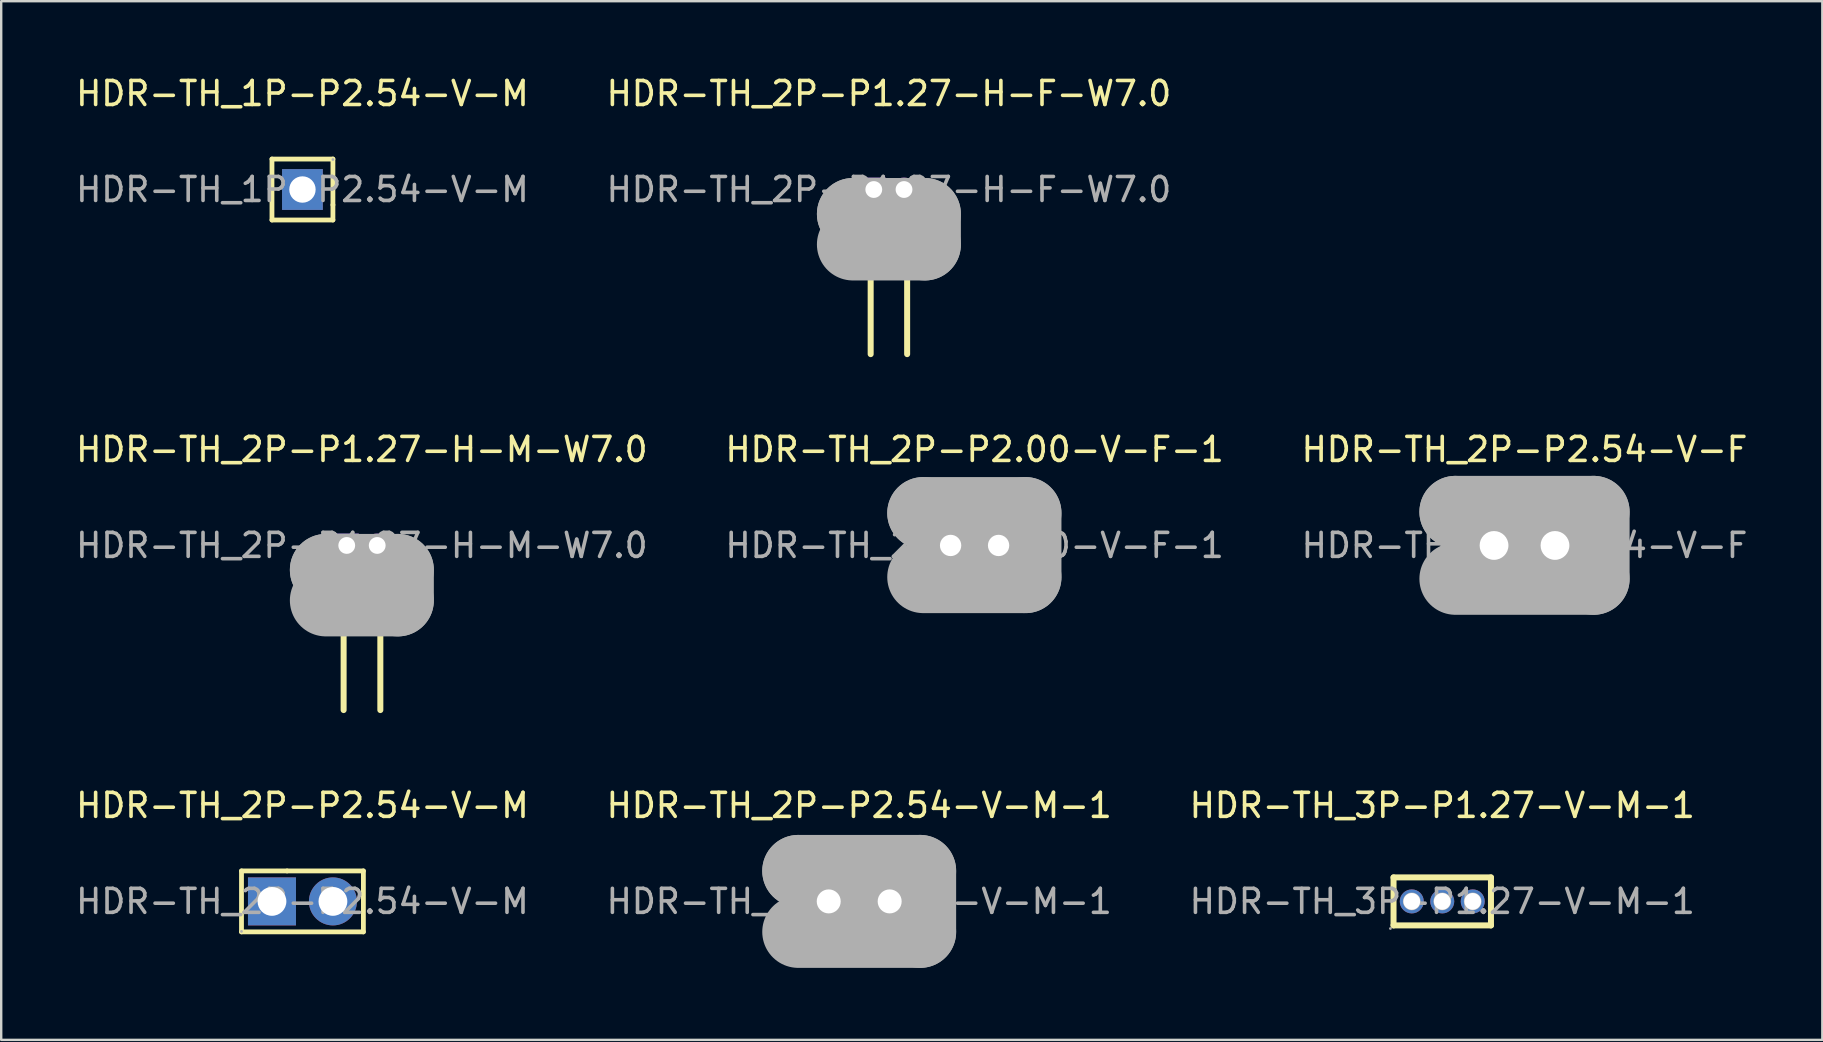
<source format=kicad_pcb>
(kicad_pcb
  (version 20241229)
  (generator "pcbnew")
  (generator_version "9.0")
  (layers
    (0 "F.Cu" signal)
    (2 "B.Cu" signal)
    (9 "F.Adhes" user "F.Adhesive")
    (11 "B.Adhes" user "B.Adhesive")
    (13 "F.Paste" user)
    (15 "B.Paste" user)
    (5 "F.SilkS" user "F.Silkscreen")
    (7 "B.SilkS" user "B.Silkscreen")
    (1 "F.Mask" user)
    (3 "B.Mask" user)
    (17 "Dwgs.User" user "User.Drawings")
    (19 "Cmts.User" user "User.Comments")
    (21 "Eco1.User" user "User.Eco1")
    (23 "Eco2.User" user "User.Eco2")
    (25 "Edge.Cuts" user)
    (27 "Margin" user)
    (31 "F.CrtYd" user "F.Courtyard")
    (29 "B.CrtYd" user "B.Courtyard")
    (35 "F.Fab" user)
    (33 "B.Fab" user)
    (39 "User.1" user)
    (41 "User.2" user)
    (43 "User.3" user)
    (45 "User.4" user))
  (footprint "HDR-TH_2P-P1.27-H-M-W7.0"
    (layer "F.Cu")
    (at 12.03 19.681)
    (property "Reference" "HDR-TH_2P-P1.27-H-M-W7.0" (at 0 -4 0) (layer "F.SilkS") (effects (font (size 1 1) (thickness 0.15))))
    (attr through_hole)
    (fp_line (start -0.76 2.29) (end -0.76 6.86) (stroke (width 0.25) (type solid)) (layer "F.SilkS"))
    (fp_line (start 0.77 2.29) (end 0.77 6.86) (stroke (width 0.25) (type solid)) (layer "F.SilkS"))
    (fp_line (start -1.5 1.02) (end -1.5 1.02) (stroke (width 3) (type solid)) (layer "F.Fab"))
    (fp_line (start -1.5 1.02) (end 1.5 1.02) (stroke (width 3) (type solid)) (layer "F.Fab"))
    (fp_line (start 1.5 1.02) (end 1.5 2.29) (stroke (width 3) (type solid)) (layer "F.Fab"))
    (fp_line (start 1.5 2.29) (end -1.5 2.29) (stroke (width 3) (type solid)) (layer "F.Fab"))
    (fp_circle (center -1.27 -0.25) (end -1.24 -0.25) (stroke (width 0.06) (type solid)) (fill no) (layer "F.Fab"))
    (fp_circle (center -0.63 0) (end -0.53 0) (stroke (width 0.2) (type solid)) (fill no) (layer "F.Fab"))
    (fp_circle (center 0.64 0) (end 0.74 0) (stroke (width 0.2) (type solid)) (fill no) (layer "F.Fab"))
    (fp_text user "${REFERENCE}" (at 0 0 0) (layer "F.Fab") (effects (font (size 1 1) (thickness 0.15))))
    (pad "1" thru_hole rect (at -0.63 0) (size 1 1) (drill 0.7) (layers "*.Cu" "*.Paste" "*.Mask"))
    (pad "2" thru_hole circle (at 0.64 0) (size 1 1) (drill 0.7) (layers "*.Cu" "*.Paste" "*.Mask")))
  (footprint "HDR-TH_2P-P2.54-V-M-1"
    (layer "F.Cu")
    (at 32.756 34.515)
    (property "Reference" "HDR-TH_2P-P2.54-V-M-1" (at 0 -4 0) (layer "F.SilkS") (effects (font (size 1 1) (thickness 0.15))))
    (attr through_hole)
    (fp_line (start -2.54 -1.27) (end -2.54 -1.27) (stroke (width 3) (type solid)) (layer "F.Fab"))
    (fp_line (start -2.54 -1.27) (end 2.54 -1.27) (stroke (width 3) (type solid)) (layer "F.Fab"))
    (fp_line (start 2.54 -1.27) (end 2.54 1.27) (stroke (width 3) (type solid)) (layer "F.Fab"))
    (fp_line (start 2.54 1.27) (end -2.54 1.27) (stroke (width 3) (type solid)) (layer "F.Fab"))
    (fp_circle (center -2.54 1.27) (end -2.51 1.27) (stroke (width 0.06) (type solid)) (fill no) (layer "F.Fab"))
    (fp_text user "${REFERENCE}" (at 0 0 0) (layer "F.Fab") (effects (font (size 1 1) (thickness 0.15))))
    (pad "1" thru_hole rect (at -1.27 0) (size 1.8 1.8) (drill 1) (layers "*.Cu" "*.Paste" "*.Mask"))
    (pad "2" thru_hole circle (at 1.27 0) (size 1.8 1.8) (drill 1) (layers "*.Cu" "*.Paste" "*.Mask")))
  (footprint "HDR-TH_2P-P2.54-V-M"
    (layer "F.Cu")
    (at 9.554 34.515)
    (property "Reference" "HDR-TH_2P-P2.54-V-M" (at 0 -4 0) (layer "F.SilkS") (effects (font (size 1 1) (thickness 0.15))))
    (attr through_hole)
    (fp_line (start -2.54 -1.27) (end -0.64 -1.27) (stroke (width 0.2) (type solid)) (layer "F.SilkS"))
    (fp_line (start -2.54 1.27) (end -2.54 -1.27) (stroke (width 0.2) (type solid)) (layer "F.SilkS"))
    (fp_line (start 2.54 -1.27) (end -0.64 -1.27) (stroke (width 0.2) (type solid)) (layer "F.SilkS"))
    (fp_line (start 2.54 -1.27) (end 2.54 1.27) (stroke (width 0.2) (type solid)) (layer "F.SilkS"))
    (fp_line (start 2.54 1.27) (end -2.54 1.27) (stroke (width 0.2) (type solid)) (layer "F.SilkS"))
    (fp_circle (center -2.54 1.25) (end -2.51 1.25) (stroke (width 0.06) (type solid)) (fill no) (layer "F.Fab"))
    (fp_text user "${REFERENCE}" (at 0 0 0) (layer "F.Fab") (effects (font (size 1 1) (thickness 0.15))))
    (pad "1" thru_hole rect (at -1.27 0) (size 2 2) (drill 1.2) (layers "*.Cu" "*.Paste" "*.Mask"))
    (pad "2" thru_hole circle (at 1.27 0) (size 2 2) (drill 1.2) (layers "*.Cu" "*.Paste" "*.Mask")))
  (footprint "HDR-TH_1P-P2.54-V-M"
    (layer "F.Cu")
    (at 9.554 4.848)
    (property "Reference" "HDR-TH_1P-P2.54-V-M" (at 0 -4 0) (layer "F.SilkS") (effects (font (size 1 1) (thickness 0.15))))
    (attr through_hole)
    (fp_line (start -1.27 -1.27) (end 1.27 -1.27) (stroke (width 0.2) (type solid)) (layer "F.SilkS"))
    (fp_line (start -1.27 1.27) (end -1.27 -1.27) (stroke (width 0.2) (type solid)) (layer "F.SilkS"))
    (fp_line (start 1.27 -1.27) (end 1.27 0.64) (stroke (width 0.2) (type solid)) (layer "F.SilkS"))
    (fp_line (start 1.27 1.27) (end -1.27 1.27) (stroke (width 0.2) (type solid)) (layer "F.SilkS"))
    (fp_line (start 1.27 1.27) (end 1.27 0.64) (stroke (width 0.2) (type solid)) (layer "F.SilkS"))
    (fp_circle (center 1.27 -1.25) (end 1.3 -1.25) (stroke (width 0.06) (type solid)) (fill no) (layer "F.Fab"))
    (fp_text user "${REFERENCE}" (at 0 0 0) (layer "F.Fab") (effects (font (size 1 1) (thickness 0.15))))
    (pad "1" thru_hole rect (at 0 0) (size 1.7 1.7) (drill 1.1) (layers "*.Cu" "*.Paste" "*.Mask")))
  (footprint "HDR-TH_2P-P2.54-V-F"
    (layer "F.Cu")
    (at 60.482 19.681)
    (property "Reference" "HDR-TH_2P-P2.54-V-F" (at 0 -4 0) (layer "F.SilkS") (effects (font (size 1 1) (thickness 0.15))))
    (attr through_hole)
    (fp_line (start -2.88 -1.4) (end -2.88 -1.4) (stroke (width 3) (type solid)) (layer "F.Fab"))
    (fp_line (start -2.88 -1.4) (end 2.88 -1.4) (stroke (width 3) (type solid)) (layer "F.Fab"))
    (fp_line (start 2.88 -1.4) (end 2.88 1.39) (stroke (width 3) (type solid)) (layer "F.Fab"))
    (fp_line (start 2.88 1.39) (end -2.88 1.39) (stroke (width 3) (type solid)) (layer "F.Fab"))
    (fp_circle (center -2.74 1.25) (end -2.71 1.25) (stroke (width 0.06) (type solid)) (fill no) (layer "F.Fab"))
    (fp_text user "${REFERENCE}" (at 0 0 0) (layer "F.Fab") (effects (font (size 1 1) (thickness 0.15))))
    (pad "1" thru_hole rect (at -1.27 0) (size 2 2) (drill 1.2) (layers "*.Cu" "*.Paste" "*.Mask"))
    (pad "2" thru_hole circle (at 1.27 0) (size 2 2) (drill 1.2) (layers "*.Cu" "*.Paste" "*.Mask")))
  (footprint "HDR-TH_3P-P1.27-V-M-1"
    (layer "F.Cu")
    (at 57.054 34.515)
    (property "Reference" "HDR-TH_3P-P1.27-V-M-1" (at 0 -4 0) (layer "F.SilkS") (effects (font (size 1 1) (thickness 0.15))))
    (attr through_hole)
    (fp_line (start -2.03 -1) (end -2.03 1) (stroke (width 0.25) (type solid)) (layer "F.SilkS"))
    (fp_line (start -2.03 -1) (end 2.03 -1) (stroke (width 0.25) (type solid)) (layer "F.SilkS"))
    (fp_line (start -2.03 1) (end 2.03 1) (stroke (width 0.25) (type solid)) (layer "F.SilkS"))
    (fp_line (start 2.03 -1) (end 2.03 1) (stroke (width 0.25) (type solid)) (layer "F.SilkS"))
    (fp_circle (center -2.16 1.13) (end -2.13 1.13) (stroke (width 0.06) (type solid)) (fill no) (layer "F.Fab"))
    (fp_circle (center -1.27 0) (end -1.15 0) (stroke (width 0.25) (type solid)) (fill no) (layer "F.Fab"))
    (fp_circle (center 0 0) (end 0.12 0) (stroke (width 0.25) (type solid)) (fill no) (layer "F.Fab"))
    (fp_circle (center 1.27 0) (end 1.39 0) (stroke (width 0.25) (type solid)) (fill no) (layer "F.Fab"))
    (fp_text user "${REFERENCE}" (at 0 0 0) (layer "F.Fab") (effects (font (size 1 1) (thickness 0.15))))
    (pad "1" thru_hole circle (at -1.27 0) (size 1 1) (drill 0.7) (layers "*.Cu" "*.Paste" "*.Mask"))
    (pad "2" thru_hole circle (at 0 0) (size 1 1) (drill 0.7) (layers "*.Cu" "*.Paste" "*.Mask"))
    (pad "3" thru_hole circle (at 1.27 0) (size 1 1) (drill 0.7) (layers "*.Cu" "*.Paste" "*.Mask")))
  (footprint "HDR-TH_2P-P1.27-H-F-W7.0"
    (layer "F.Cu")
    (at 33.994 4.848)
    (property "Reference" "HDR-TH_2P-P1.27-H-F-W7.0" (at 0 -4 0) (layer "F.SilkS") (effects (font (size 1 1) (thickness 0.15))))
    (attr through_hole)
    (fp_line (start -0.76 2.29) (end -0.76 6.86) (stroke (width 0.25) (type solid)) (layer "F.SilkS"))
    (fp_line (start 0.76 2.29) (end 0.76 6.86) (stroke (width 0.25) (type solid)) (layer "F.SilkS"))
    (fp_line (start -1.5 1.02) (end -1.5 1.02) (stroke (width 3) (type solid)) (layer "F.Fab"))
    (fp_line (start -1.5 1.02) (end 1.5 1.02) (stroke (width 3) (type solid)) (layer "F.Fab"))
    (fp_line (start 1.5 1.02) (end 1.5 2.29) (stroke (width 3) (type solid)) (layer "F.Fab"))
    (fp_line (start 1.5 2.29) (end -1.5 2.29) (stroke (width 3) (type solid)) (layer "F.Fab"))
    (fp_circle (center -1.27 -0.25) (end -1.24 -0.25) (stroke (width 0.06) (type solid)) (fill no) (layer "F.Fab"))
    (fp_circle (center -0.63 0) (end -0.53 0) (stroke (width 0.2) (type solid)) (fill no) (layer "F.Fab"))
    (fp_circle (center 0.63 0) (end 0.73 0) (stroke (width 0.2) (type solid)) (fill no) (layer "F.Fab"))
    (fp_text user "${REFERENCE}" (at 0 0 0) (layer "F.Fab") (effects (font (size 1 1) (thickness 0.15))))
    (pad "1" thru_hole rect (at -0.63 0) (size 1 1) (drill 0.7) (layers "*.Cu" "*.Paste" "*.Mask"))
    (pad "2" thru_hole circle (at 0.63 0) (size 1 1) (drill 0.7) (layers "*.Cu" "*.Paste" "*.Mask")))
  (footprint "HDR-TH_2P-P2.00-V-F-1"
    (layer "F.Cu")
    (at 37.565 19.681)
    (property "Reference" "HDR-TH_2P-P2.00-V-F-1" (at 0 -4 0) (layer "F.SilkS") (effects (font (size 1 1) (thickness 0.15))))
    (attr through_hole)
    (fp_line (start -2.14 -1.35) (end -2.14 -1.35) (stroke (width 3) (type solid)) (layer "F.Fab"))
    (fp_line (start -2.14 -1.35) (end 2.12 -1.35) (stroke (width 3) (type solid)) (layer "F.Fab"))
    (fp_line (start 2.12 -1.35) (end 2.12 1.32) (stroke (width 3) (type solid)) (layer "F.Fab"))
    (fp_line (start 2.12 1.32) (end -2.14 1.32) (stroke (width 3) (type solid)) (layer "F.Fab"))
    (fp_circle (center -2 1.2) (end -1.97 1.2) (stroke (width 0.06) (type solid)) (fill no) (layer "F.Fab"))
    (fp_text user "${REFERENCE}" (at 0 0 0) (layer "F.Fab") (effects (font (size 1 1) (thickness 0.15))))
    (pad "1" thru_hole rect (at -1 0) (size 1.4 1.4) (drill 0.889) (layers "*.Cu" "*.Paste" "*.Mask"))
    (pad "2" thru_hole circle (at 1 0) (size 1.4 1.4) (drill 0.889) (layers "*.Cu" "*.Paste" "*.Mask")))
  (gr_rect
    (start -3 -3)
    (end 72.893 40.285)
    (stroke (width 0.1) (type default))
    (fill no)
    (layer "Edge.Cuts")))
</source>
